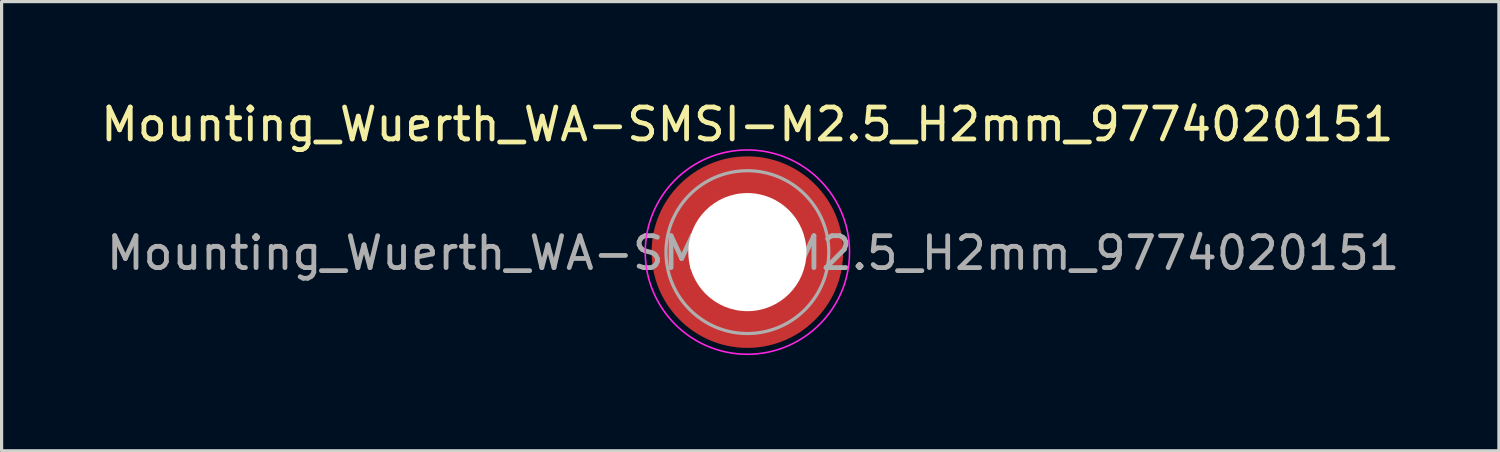
<source format=kicad_pcb>
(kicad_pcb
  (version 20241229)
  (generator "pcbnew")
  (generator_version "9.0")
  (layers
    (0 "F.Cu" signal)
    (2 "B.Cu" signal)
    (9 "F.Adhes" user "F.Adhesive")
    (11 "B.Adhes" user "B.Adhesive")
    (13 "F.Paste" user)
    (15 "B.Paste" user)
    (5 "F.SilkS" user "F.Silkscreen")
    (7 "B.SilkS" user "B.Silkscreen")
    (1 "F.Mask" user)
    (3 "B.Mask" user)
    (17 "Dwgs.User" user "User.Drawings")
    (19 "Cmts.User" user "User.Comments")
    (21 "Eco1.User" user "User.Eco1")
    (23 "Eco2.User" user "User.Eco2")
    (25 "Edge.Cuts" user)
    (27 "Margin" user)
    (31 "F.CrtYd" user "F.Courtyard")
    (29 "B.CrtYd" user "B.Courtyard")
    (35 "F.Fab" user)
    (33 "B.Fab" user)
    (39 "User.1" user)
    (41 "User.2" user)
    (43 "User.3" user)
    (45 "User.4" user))
  (footprint "Mounting_Wuerth_WA-SMSI-M2.5_H2mm_9774020151"
    (layer "F.Cu")
    (at 20.363 4.848)
    (property "Reference" "Mounting_Wuerth_WA-SMSI-M2.5_H2mm_9774020151" (at 0 -4 0) (unlocked yes) (layer "F.SilkS") (effects (font (size 1 1) (thickness 0.15))))
    (attr smd)
    (fp_circle (center 0 0) (end 3.2 0) (stroke (width 0.05) (type solid)) (fill no) (layer "F.CrtYd"))
    (fp_circle (center 0 0) (end 2.55 0) (stroke (width 0.1) (type solid)) (fill no) (layer "F.Fab"))
    (fp_text user "${REFERENCE}" (at 0.18 0.03 0) (unlocked yes) (layer "F.Fab") (effects (font (size 1 1) (thickness 0.15))))
    (pad "" smd custom (at -1.72 -1.72) (size 0.7 0.7) (layers "F.Paste") (options (anchor circle)) (primitives (gr_arc (start -0.314399 1.423011) (mid 0.264638 0.265671) (end 1.421564 -0.314191) (width 0.16666)) (gr_arc (start -0.398552 1.423011) (mid 0.20381 0.208655) (end 1.416226 -0.397604) (width 0.16666)) (gr_arc (start -0.482641 1.423011) (mid 0.146237 0.14838) (end 1.420007 -0.48224) (width 0.16666)) (gr_arc (start -0.566675 1.423011) (mid 0.08797 0.0888) (end 1.421846 -0.566526) (width 0.16666)) (gr_arc (start -0.650659 1.423011) (mid 0.027385 0.031542) (end 1.417178 -0.649932) (width 0.16666)) (gr_arc (start -0.734599 1.423011) (mid -0.032784 -0.026133) (end 1.413673 -0.73347) (width 0.16666)) (gr_arc (start -0.818498 1.423011) (mid -0.09097 -0.085796) (end 1.415743 -0.817651) (width 0.16666)) (gr_arc (start -0.902361 1.423011) (mid -0.148637 -0.145978) (end 1.419273 -0.901942) (width 0.16666)) (gr_arc (start -0.986191 1.423011) (mid -0.210807 -0.201643) (end 1.410129 -0.984768) (width 0.16666)) (gr_arc (start -1.069991 1.423011) (mid -0.265876 -0.264433) (end 1.420981 -1.069776) (width 0.16666)) (gr_line (start 1.423 -0.314) (end 1.423 -1.07) (width 0.167)) (gr_line (start -0.314 1.423) (end -1.07 1.423) (width 0.167))))
    (pad "" smd custom (at -1.7 1.72 90) (size 0.7 0.7) (layers "F.Paste") (options (anchor circle)) (primitives (gr_arc (start -0.314399 1.423011) (mid 0.263375 0.266936) (end 1.418026 -0.313677) (width 0.16666)) (gr_arc (start -0.398552 1.423011) (mid 0.203809 0.208656) (end 1.416223 -0.397603) (width 0.16666)) (gr_arc (start -0.482641 1.423011) (mid 0.146237 0.14838) (end 1.420006 -0.48224) (width 0.16666)) (gr_arc (start -0.566675 1.423011) (mid 0.086552 0.09022) (end 1.417866 -0.566011) (width 0.16666)) (gr_arc (start -0.650659 1.423011) (mid 0.027385 0.031542) (end 1.417178 -0.649932) (width 0.16666)) (gr_arc (start -0.734599 1.423011) (mid -0.032784 -0.026133) (end 1.413672 -0.733471) (width 0.16666)) (gr_arc (start -0.818498 1.423011) (mid -0.09097 -0.085796) (end 1.415743 -0.817651) (width 0.16666)) (gr_arc (start -0.902361 1.423011) (mid -0.15026 -0.144351) (end 1.414708 -0.901422) (width 0.16666)) (gr_arc (start -0.986191 1.423011) (mid -0.210808 -0.201642) (end 1.410126 -0.984768) (width 0.16666)) (gr_arc (start -1.069991 1.423011) (mid -0.265877 -0.264431) (end 1.420978 -1.069776) (width 0.16666)) (gr_line (start 1.423 -0.314) (end 1.423 -1.07) (width 0.167)) (gr_line (start -0.314 1.423) (end -1.07 1.423) (width 0.167))))
    (pad "" np_thru_hole circle (at 0 0) (size 6 6) (drill 3.7) (layers "F.Cu" "F.Mask"))
    (pad "" smd custom (at 1.7 1.7 180) (size 0.7 0.7) (layers "F.Paste") (options (anchor circle)) (primitives (gr_arc (start -0.314399 1.423011) (mid 0.263375 0.266936) (end 1.418026 -0.313677) (width 0.16666)) (gr_arc (start -0.398552 1.423011) (mid 0.203809 0.208656) (end 1.416223 -0.397603) (width 0.16666)) (gr_arc (start -0.482641 1.423011) (mid 0.146237 0.14838) (end 1.420006 -0.48224) (width 0.16666)) (gr_arc (start -0.566675 1.423011) (mid 0.086552 0.09022) (end 1.417866 -0.566011) (width 0.16666)) (gr_arc (start -0.650659 1.423011) (mid 0.027385 0.031542) (end 1.417178 -0.649932) (width 0.16666)) (gr_arc (start -0.734599 1.423011) (mid -0.032784 -0.026133) (end 1.413672 -0.733471) (width 0.16666)) (gr_arc (start -0.818498 1.423011) (mid -0.09097 -0.085796) (end 1.415743 -0.817651) (width 0.16666)) (gr_arc (start -0.902361 1.423011) (mid -0.15026 -0.144351) (end 1.414708 -0.901422) (width 0.16666)) (gr_arc (start -0.986191 1.423011) (mid -0.210808 -0.201642) (end 1.410126 -0.984768) (width 0.16666)) (gr_arc (start -1.069991 1.423011) (mid -0.265877 -0.264431) (end 1.420978 -1.069776) (width 0.16666)) (gr_line (start 1.423 -0.314) (end 1.423 -1.07) (width 0.167)) (gr_line (start -0.314 1.423) (end -1.07 1.423) (width 0.167))))
    (pad "" smd custom (at 1.73 -1.7 270) (size 0.7 0.7) (layers "F.Paste") (options (anchor circle)) (primitives (gr_arc (start -0.314399 1.423011) (mid 0.263375 0.266936) (end 1.418026 -0.313677) (width 0.16666)) (gr_arc (start -0.398552 1.423011) (mid 0.203809 0.208656) (end 1.416223 -0.397603) (width 0.16666)) (gr_arc (start -0.482641 1.423011) (mid 0.146237 0.14838) (end 1.420006 -0.48224) (width 0.16666)) (gr_arc (start -0.566675 1.423011) (mid 0.086552 0.09022) (end 1.417866 -0.566011) (width 0.16666)) (gr_arc (start -0.650659 1.423011) (mid 0.027385 0.031542) (end 1.417178 -0.649932) (width 0.16666)) (gr_arc (start -0.734599 1.423011) (mid -0.032784 -0.026133) (end 1.413672 -0.733471) (width 0.16666)) (gr_arc (start -0.818498 1.423011) (mid -0.09097 -0.085796) (end 1.415743 -0.817651) (width 0.16666)) (gr_arc (start -0.902361 1.423011) (mid -0.15026 -0.144351) (end 1.414708 -0.901422) (width 0.16666)) (gr_arc (start -0.986191 1.423011) (mid -0.210808 -0.201642) (end 1.410126 -0.984768) (width 0.16666)) (gr_arc (start -1.069991 1.423011) (mid -0.265877 -0.264431) (end 1.420978 -1.069776) (width 0.16666)) (gr_line (start 1.423 -0.314) (end 1.423 -1.07) (width 0.167)) (gr_line (start -0.314 1.423) (end -1.07 1.423) (width 0.167)))))
  (gr_rect
    (start -3 -3)
    (end 43.906 11.073)
    (stroke (width 0.1) (type default))
    (fill no)
    (layer "Edge.Cuts")))
</source>
